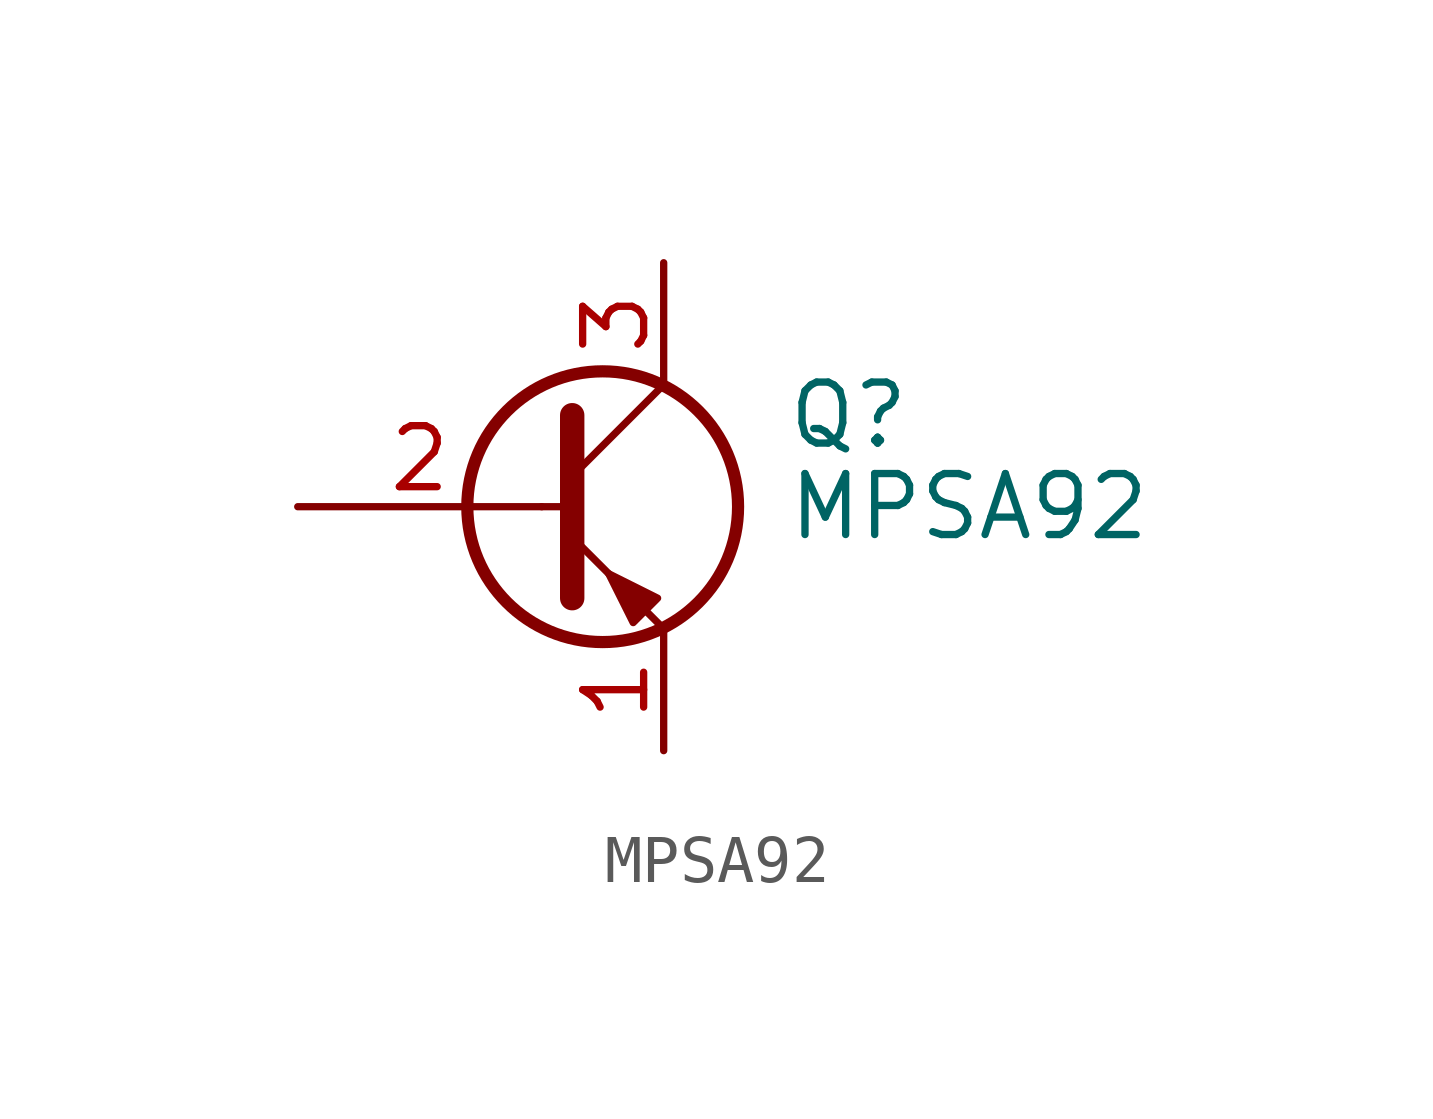
<source format=kicad_sym>
(kicad_symbol_lib
  (version 20210619)
  (generator kicad_symbol_editor)
  (symbol "Bobs_Bipolar_Transistors_2:MPSA92"
    (pin_names hide)
    (property "Reference" "Q"
      (at 5.08 1.905 0)
      (effects (font (size 1.27 1.27)) (justify left)))
    (property "Value" "MPSA92"
      (at 5.08 0 0)
      (effects (font (size 1.27 1.27)) (justify left)))
    (symbol "MPSA92_0_1"
      (circle (center 1.27 0) (radius 2.819) (stroke (width 0.254)) (fill (type none)))
      (polyline (pts (xy 0 0) (xy 0.635 0)) (stroke (width 0)) (fill (type none)))
      (polyline (pts (xy 2.54 -2.54) (xy 0.635 -0.635)) (stroke (width 0)) (fill (type none)))
      (polyline (pts (xy 2.54 2.54) (xy 0.635 0.635)) (stroke (width 0)) (fill (type none)))
      (polyline (pts (xy 0.635 1.905) (xy 0.635 -1.905) (xy 0.635 -1.905)) (stroke (width 0.508)) (fill (type outline)))
      (polyline (pts (xy 1.905 -2.413) (xy 2.413 -1.905) (xy 1.397 -1.397) (xy 1.905 -2.413) (xy 1.905 -2.413)) (stroke (width 0)) (fill (type outline))))
    (symbol "MPSA92_1_1"
      (pin passive line (at 2.54 -5.08 90) (length 2.54) (name "E" (effects (font (size 1.27 1.27)))) (number "1" (effects (font (size 1.27 1.27)))))
      (pin input line (at -5.08 0 0) (length 5.08) (name "B" (effects (font (size 1.27 1.27)))) (number "2" (effects (font (size 1.27 1.27)))))
      (pin passive line (at 2.54 5.08 270) (length 2.54) (name "C" (effects (font (size 1.27 1.27)))) (number "3" (effects (font (size 1.27 1.27))))))))
</source>
